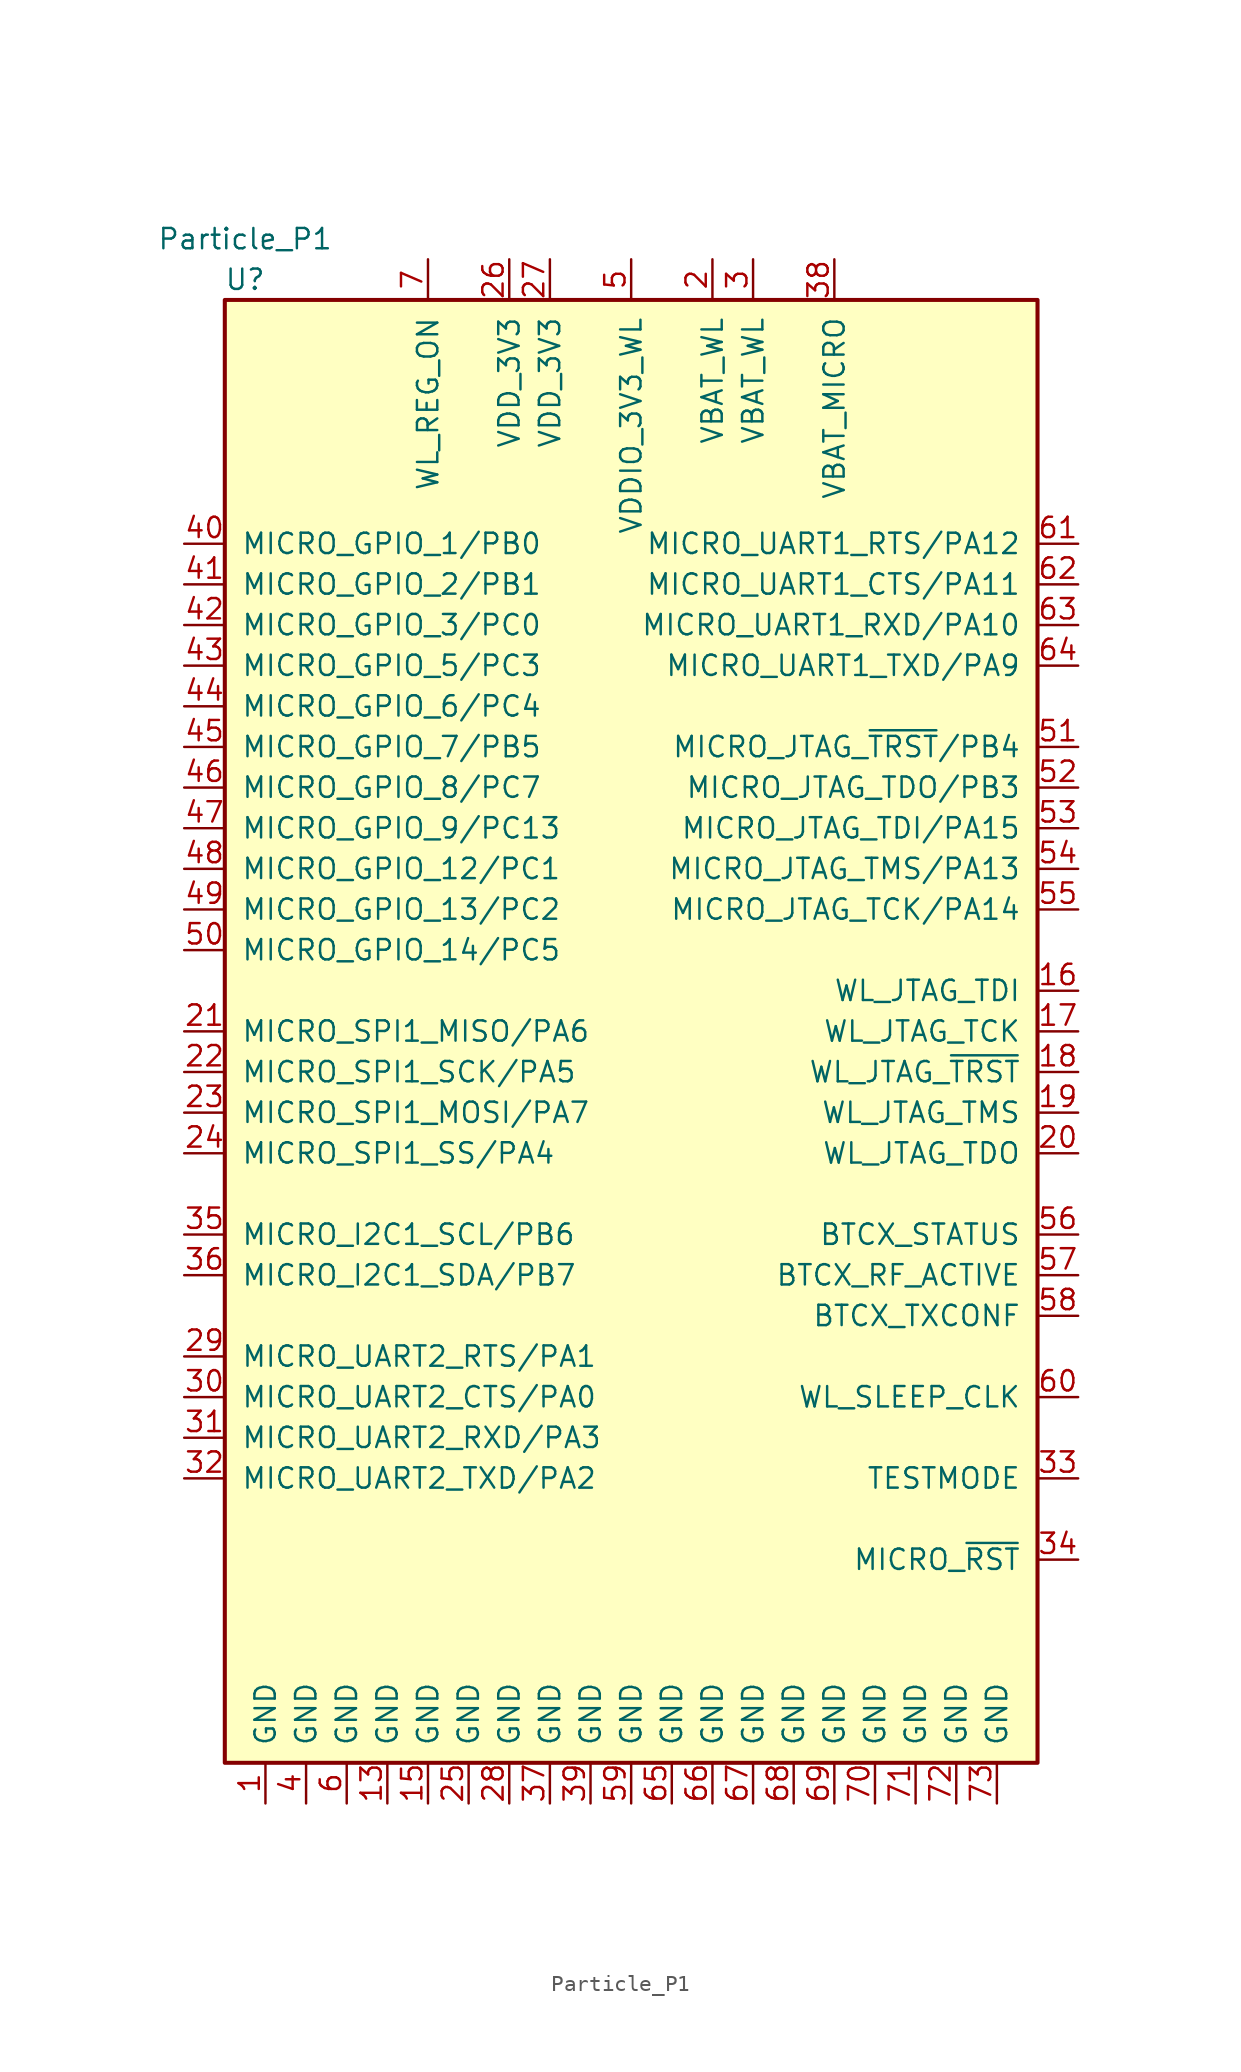
<source format=kicad_sym>
(kicad_symbol_lib
  (version 20211014)
  (generator kicad_symbol_editor)
  (symbol "Particle_P1"
    (pin_names
      (offset 1.016))
    (property "Reference" "U"
      (at -24.13 46.99 0)
      (effects (font (size 1.27 1.27))))
    (property "Value" "Particle_P1"
      (at -24.13 49.53 0)
      (effects (font (size 1.27 1.27))))
    (symbol "Particle_P1_1_1"
      (rectangle (start -25.4 45.72) (end 25.4 -45.72) (stroke (width 0.254) (type default) (color 0 0 0 0)) (fill (type background)))
      (pin power_in line (at -22.86 -48.26 90) (length 2.54) (name "GND" (effects (font (size 1.27 1.27)))) (number "1" (effects (font (size 1.27 1.27)))))
      (pin no_connect line (at -25.4 35.56 0) (length 2.54) hide (name "NC" (effects (font (size 1.27 1.27)))) (number "10" (effects (font (size 1.27 1.27)))))
      (pin no_connect line (at 25.4 35.56 180) (length 2.54) hide (name "NC" (effects (font (size 1.27 1.27)))) (number "11" (effects (font (size 1.27 1.27)))))
      (pin no_connect line (at 25.4 38.1 180) (length 2.54) hide (name "NC" (effects (font (size 1.27 1.27)))) (number "12" (effects (font (size 1.27 1.27)))))
      (pin power_in line (at -15.24 -48.26 90) (length 2.54) (name "GND" (effects (font (size 1.27 1.27)))) (number "13" (effects (font (size 1.27 1.27)))))
      (pin no_connect line (at 25.4 40.64 180) (length 2.54) hide (name "NC" (effects (font (size 1.27 1.27)))) (number "14" (effects (font (size 1.27 1.27)))))
      (pin power_in line (at -12.7 -48.26 90) (length 2.54) (name "GND" (effects (font (size 1.27 1.27)))) (number "15" (effects (font (size 1.27 1.27)))))
      (pin input line (at 27.94 2.54 180) (length 2.54) (name "WL_JTAG_TDI" (effects (font (size 1.27 1.27)))) (number "16" (effects (font (size 1.27 1.27)))))
      (pin input line (at 27.94 0 180) (length 2.54) (name "WL_JTAG_TCK" (effects (font (size 1.27 1.27)))) (number "17" (effects (font (size 1.27 1.27)))))
      (pin input line (at 27.94 -2.54 180) (length 2.54) (name "WL_JTAG_~{TRST}" (effects (font (size 1.27 1.27)))) (number "18" (effects (font (size 1.27 1.27)))))
      (pin input line (at 27.94 -5.08 180) (length 2.54) (name "WL_JTAG_TMS" (effects (font (size 1.27 1.27)))) (number "19" (effects (font (size 1.27 1.27)))))
      (pin power_in line (at 5.08 48.26 270) (length 2.54) (name "VBAT_WL" (effects (font (size 1.27 1.27)))) (number "2" (effects (font (size 1.27 1.27)))))
      (pin input line (at 27.94 -7.62 180) (length 2.54) (name "WL_JTAG_TDO" (effects (font (size 1.27 1.27)))) (number "20" (effects (font (size 1.27 1.27)))))
      (pin bidirectional line (at -27.94 0 0) (length 2.54) (name "MICRO_SPI1_MISO/PA6" (effects (font (size 1.27 1.27)))) (number "21" (effects (font (size 1.27 1.27)))))
      (pin bidirectional line (at -27.94 -2.54 0) (length 2.54) (name "MICRO_SPI1_SCK/PA5" (effects (font (size 1.27 1.27)))) (number "22" (effects (font (size 1.27 1.27)))))
      (pin bidirectional line (at -27.94 -5.08 0) (length 2.54) (name "MICRO_SPI1_MOSI/PA7" (effects (font (size 1.27 1.27)))) (number "23" (effects (font (size 1.27 1.27)))))
      (pin bidirectional line (at -27.94 -7.62 0) (length 2.54) (name "MICRO_SPI1_SS/PA4" (effects (font (size 1.27 1.27)))) (number "24" (effects (font (size 1.27 1.27)))))
      (pin power_in line (at -10.16 -48.26 90) (length 2.54) (name "GND" (effects (font (size 1.27 1.27)))) (number "25" (effects (font (size 1.27 1.27)))))
      (pin power_in line (at -7.62 48.26 270) (length 2.54) (name "VDD_3V3" (effects (font (size 1.27 1.27)))) (number "26" (effects (font (size 1.27 1.27)))))
      (pin power_in line (at -5.08 48.26 270) (length 2.54) (name "VDD_3V3" (effects (font (size 1.27 1.27)))) (number "27" (effects (font (size 1.27 1.27)))))
      (pin power_in line (at -7.62 -48.26 90) (length 2.54) (name "GND" (effects (font (size 1.27 1.27)))) (number "28" (effects (font (size 1.27 1.27)))))
      (pin bidirectional line (at -27.94 -20.32 0) (length 2.54) (name "MICRO_UART2_RTS/PA1" (effects (font (size 1.27 1.27)))) (number "29" (effects (font (size 1.27 1.27)))))
      (pin power_in line (at 7.62 48.26 270) (length 2.54) (name "VBAT_WL" (effects (font (size 1.27 1.27)))) (number "3" (effects (font (size 1.27 1.27)))))
      (pin bidirectional line (at -27.94 -22.86 0) (length 2.54) (name "MICRO_UART2_CTS/PA0" (effects (font (size 1.27 1.27)))) (number "30" (effects (font (size 1.27 1.27)))))
      (pin bidirectional line (at -27.94 -25.4 0) (length 2.54) (name "MICRO_UART2_RXD/PA3" (effects (font (size 1.27 1.27)))) (number "31" (effects (font (size 1.27 1.27)))))
      (pin bidirectional line (at -27.94 -27.94 0) (length 2.54) (name "MICRO_UART2_TXD/PA2" (effects (font (size 1.27 1.27)))) (number "32" (effects (font (size 1.27 1.27)))))
      (pin bidirectional line (at 27.94 -27.94 180) (length 2.54) (name "TESTMODE" (effects (font (size 1.27 1.27)))) (number "33" (effects (font (size 1.27 1.27)))))
      (pin input line (at 27.94 -33.02 180) (length 2.54) (name "MICRO_~{RST}" (effects (font (size 1.27 1.27)))) (number "34" (effects (font (size 1.27 1.27)))))
      (pin bidirectional line (at -27.94 -12.7 0) (length 2.54) (name "MICRO_I2C1_SCL/PB6" (effects (font (size 1.27 1.27)))) (number "35" (effects (font (size 1.27 1.27)))))
      (pin bidirectional line (at -27.94 -15.24 0) (length 2.54) (name "MICRO_I2C1_SDA/PB7" (effects (font (size 1.27 1.27)))) (number "36" (effects (font (size 1.27 1.27)))))
      (pin power_in line (at -5.08 -48.26 90) (length 2.54) (name "GND" (effects (font (size 1.27 1.27)))) (number "37" (effects (font (size 1.27 1.27)))))
      (pin power_in line (at 12.7 48.26 270) (length 2.54) (name "VBAT_MICRO" (effects (font (size 1.27 1.27)))) (number "38" (effects (font (size 1.27 1.27)))))
      (pin power_in line (at -2.54 -48.26 90) (length 2.54) (name "GND" (effects (font (size 1.27 1.27)))) (number "39" (effects (font (size 1.27 1.27)))))
      (pin power_in line (at -20.32 -48.26 90) (length 2.54) (name "GND" (effects (font (size 1.27 1.27)))) (number "4" (effects (font (size 1.27 1.27)))))
      (pin bidirectional line (at -27.94 30.48 0) (length 2.54) (name "MICRO_GPIO_1/PB0" (effects (font (size 1.27 1.27)))) (number "40" (effects (font (size 1.27 1.27)))))
      (pin bidirectional line (at -27.94 27.94 0) (length 2.54) (name "MICRO_GPIO_2/PB1" (effects (font (size 1.27 1.27)))) (number "41" (effects (font (size 1.27 1.27)))))
      (pin bidirectional line (at -27.94 25.4 0) (length 2.54) (name "MICRO_GPIO_3/PC0" (effects (font (size 1.27 1.27)))) (number "42" (effects (font (size 1.27 1.27)))))
      (pin bidirectional line (at -27.94 22.86 0) (length 2.54) (name "MICRO_GPIO_5/PC3" (effects (font (size 1.27 1.27)))) (number "43" (effects (font (size 1.27 1.27)))))
      (pin bidirectional line (at -27.94 20.32 0) (length 2.54) (name "MICRO_GPIO_6/PC4" (effects (font (size 1.27 1.27)))) (number "44" (effects (font (size 1.27 1.27)))))
      (pin bidirectional line (at -27.94 17.78 0) (length 2.54) (name "MICRO_GPIO_7/PB5" (effects (font (size 1.27 1.27)))) (number "45" (effects (font (size 1.27 1.27)))))
      (pin bidirectional line (at -27.94 15.24 0) (length 2.54) (name "MICRO_GPIO_8/PC7" (effects (font (size 1.27 1.27)))) (number "46" (effects (font (size 1.27 1.27)))))
      (pin bidirectional line (at -27.94 12.7 0) (length 2.54) (name "MICRO_GPIO_9/PC13" (effects (font (size 1.27 1.27)))) (number "47" (effects (font (size 1.27 1.27)))))
      (pin bidirectional line (at -27.94 10.16 0) (length 2.54) (name "MICRO_GPIO_12/PC1" (effects (font (size 1.27 1.27)))) (number "48" (effects (font (size 1.27 1.27)))))
      (pin bidirectional line (at -27.94 7.62 0) (length 2.54) (name "MICRO_GPIO_13/PC2" (effects (font (size 1.27 1.27)))) (number "49" (effects (font (size 1.27 1.27)))))
      (pin power_in line (at 0 48.26 270) (length 2.54) (name "VDDIO_3V3_WL" (effects (font (size 1.27 1.27)))) (number "5" (effects (font (size 1.27 1.27)))))
      (pin bidirectional line (at -27.94 5.08 0) (length 2.54) (name "MICRO_GPIO_14/PC5" (effects (font (size 1.27 1.27)))) (number "50" (effects (font (size 1.27 1.27)))))
      (pin bidirectional line (at 27.94 17.78 180) (length 2.54) (name "MICRO_JTAG_~{TRST}/PB4" (effects (font (size 1.27 1.27)))) (number "51" (effects (font (size 1.27 1.27)))))
      (pin bidirectional line (at 27.94 15.24 180) (length 2.54) (name "MICRO_JTAG_TDO/PB3" (effects (font (size 1.27 1.27)))) (number "52" (effects (font (size 1.27 1.27)))))
      (pin bidirectional line (at 27.94 12.7 180) (length 2.54) (name "MICRO_JTAG_TDI/PA15" (effects (font (size 1.27 1.27)))) (number "53" (effects (font (size 1.27 1.27)))))
      (pin bidirectional line (at 27.94 10.16 180) (length 2.54) (name "MICRO_JTAG_TMS/PA13" (effects (font (size 1.27 1.27)))) (number "54" (effects (font (size 1.27 1.27)))))
      (pin bidirectional line (at 27.94 7.62 180) (length 2.54) (name "MICRO_JTAG_TCK/PA14" (effects (font (size 1.27 1.27)))) (number "55" (effects (font (size 1.27 1.27)))))
      (pin input line (at 27.94 -12.7 180) (length 2.54) (name "BTCX_STATUS" (effects (font (size 1.27 1.27)))) (number "56" (effects (font (size 1.27 1.27)))))
      (pin input line (at 27.94 -15.24 180) (length 2.54) (name "BTCX_RF_ACTIVE" (effects (font (size 1.27 1.27)))) (number "57" (effects (font (size 1.27 1.27)))))
      (pin output line (at 27.94 -17.78 180) (length 2.54) (name "BTCX_TXCONF" (effects (font (size 1.27 1.27)))) (number "58" (effects (font (size 1.27 1.27)))))
      (pin power_in line (at 0 -48.26 90) (length 2.54) (name "GND" (effects (font (size 1.27 1.27)))) (number "59" (effects (font (size 1.27 1.27)))))
      (pin power_in line (at -17.78 -48.26 90) (length 2.54) (name "GND" (effects (font (size 1.27 1.27)))) (number "6" (effects (font (size 1.27 1.27)))))
      (pin input line (at 27.94 -22.86 180) (length 2.54) (name "WL_SLEEP_CLK" (effects (font (size 1.27 1.27)))) (number "60" (effects (font (size 1.27 1.27)))))
      (pin bidirectional line (at 27.94 30.48 180) (length 2.54) (name "MICRO_UART1_RTS/PA12" (effects (font (size 1.27 1.27)))) (number "61" (effects (font (size 1.27 1.27)))))
      (pin bidirectional line (at 27.94 27.94 180) (length 2.54) (name "MICRO_UART1_CTS/PA11" (effects (font (size 1.27 1.27)))) (number "62" (effects (font (size 1.27 1.27)))))
      (pin bidirectional line (at 27.94 25.4 180) (length 2.54) (name "MICRO_UART1_RXD/PA10" (effects (font (size 1.27 1.27)))) (number "63" (effects (font (size 1.27 1.27)))))
      (pin bidirectional line (at 27.94 22.86 180) (length 2.54) (name "MICRO_UART1_TXD/PA9" (effects (font (size 1.27 1.27)))) (number "64" (effects (font (size 1.27 1.27)))))
      (pin power_in line (at 2.54 -48.26 90) (length 2.54) (name "GND" (effects (font (size 1.27 1.27)))) (number "65" (effects (font (size 1.27 1.27)))))
      (pin power_in line (at 5.08 -48.26 90) (length 2.54) (name "GND" (effects (font (size 1.27 1.27)))) (number "66" (effects (font (size 1.27 1.27)))))
      (pin power_in line (at 7.62 -48.26 90) (length 2.54) (name "GND" (effects (font (size 1.27 1.27)))) (number "67" (effects (font (size 1.27 1.27)))))
      (pin power_in line (at 10.16 -48.26 90) (length 2.54) (name "GND" (effects (font (size 1.27 1.27)))) (number "68" (effects (font (size 1.27 1.27)))))
      (pin power_in line (at 12.7 -48.26 90) (length 2.54) (name "GND" (effects (font (size 1.27 1.27)))) (number "69" (effects (font (size 1.27 1.27)))))
      (pin power_in line (at -12.7 48.26 270) (length 2.54) (name "WL_REG_ON" (effects (font (size 1.27 1.27)))) (number "7" (effects (font (size 1.27 1.27)))))
      (pin power_in line (at 15.24 -48.26 90) (length 2.54) (name "GND" (effects (font (size 1.27 1.27)))) (number "70" (effects (font (size 1.27 1.27)))))
      (pin power_in line (at 17.78 -48.26 90) (length 2.54) (name "GND" (effects (font (size 1.27 1.27)))) (number "71" (effects (font (size 1.27 1.27)))))
      (pin power_in line (at 20.32 -48.26 90) (length 2.54) (name "GND" (effects (font (size 1.27 1.27)))) (number "72" (effects (font (size 1.27 1.27)))))
      (pin power_in line (at 22.86 -48.26 90) (length 2.54) (name "GND" (effects (font (size 1.27 1.27)))) (number "73" (effects (font (size 1.27 1.27)))))
      (pin no_connect line (at -25.4 -33.02 0) (length 2.54) hide (name "PAD1" (effects (font (size 1.27 1.27)))) (number "74" (effects (font (size 1.27 1.27)))))
      (pin no_connect line (at -25.4 -35.56 0) (length 2.54) hide (name "PAD2" (effects (font (size 1.27 1.27)))) (number "75" (effects (font (size 1.27 1.27)))))
      (pin no_connect line (at -25.4 40.64 0) (length 2.54) hide (name "NC" (effects (font (size 1.27 1.27)))) (number "8" (effects (font (size 1.27 1.27)))))
      (pin no_connect line (at -25.4 38.1 0) (length 2.54) hide (name "NC" (effects (font (size 1.27 1.27)))) (number "9" (effects (font (size 1.27 1.27))))))))
</source>
